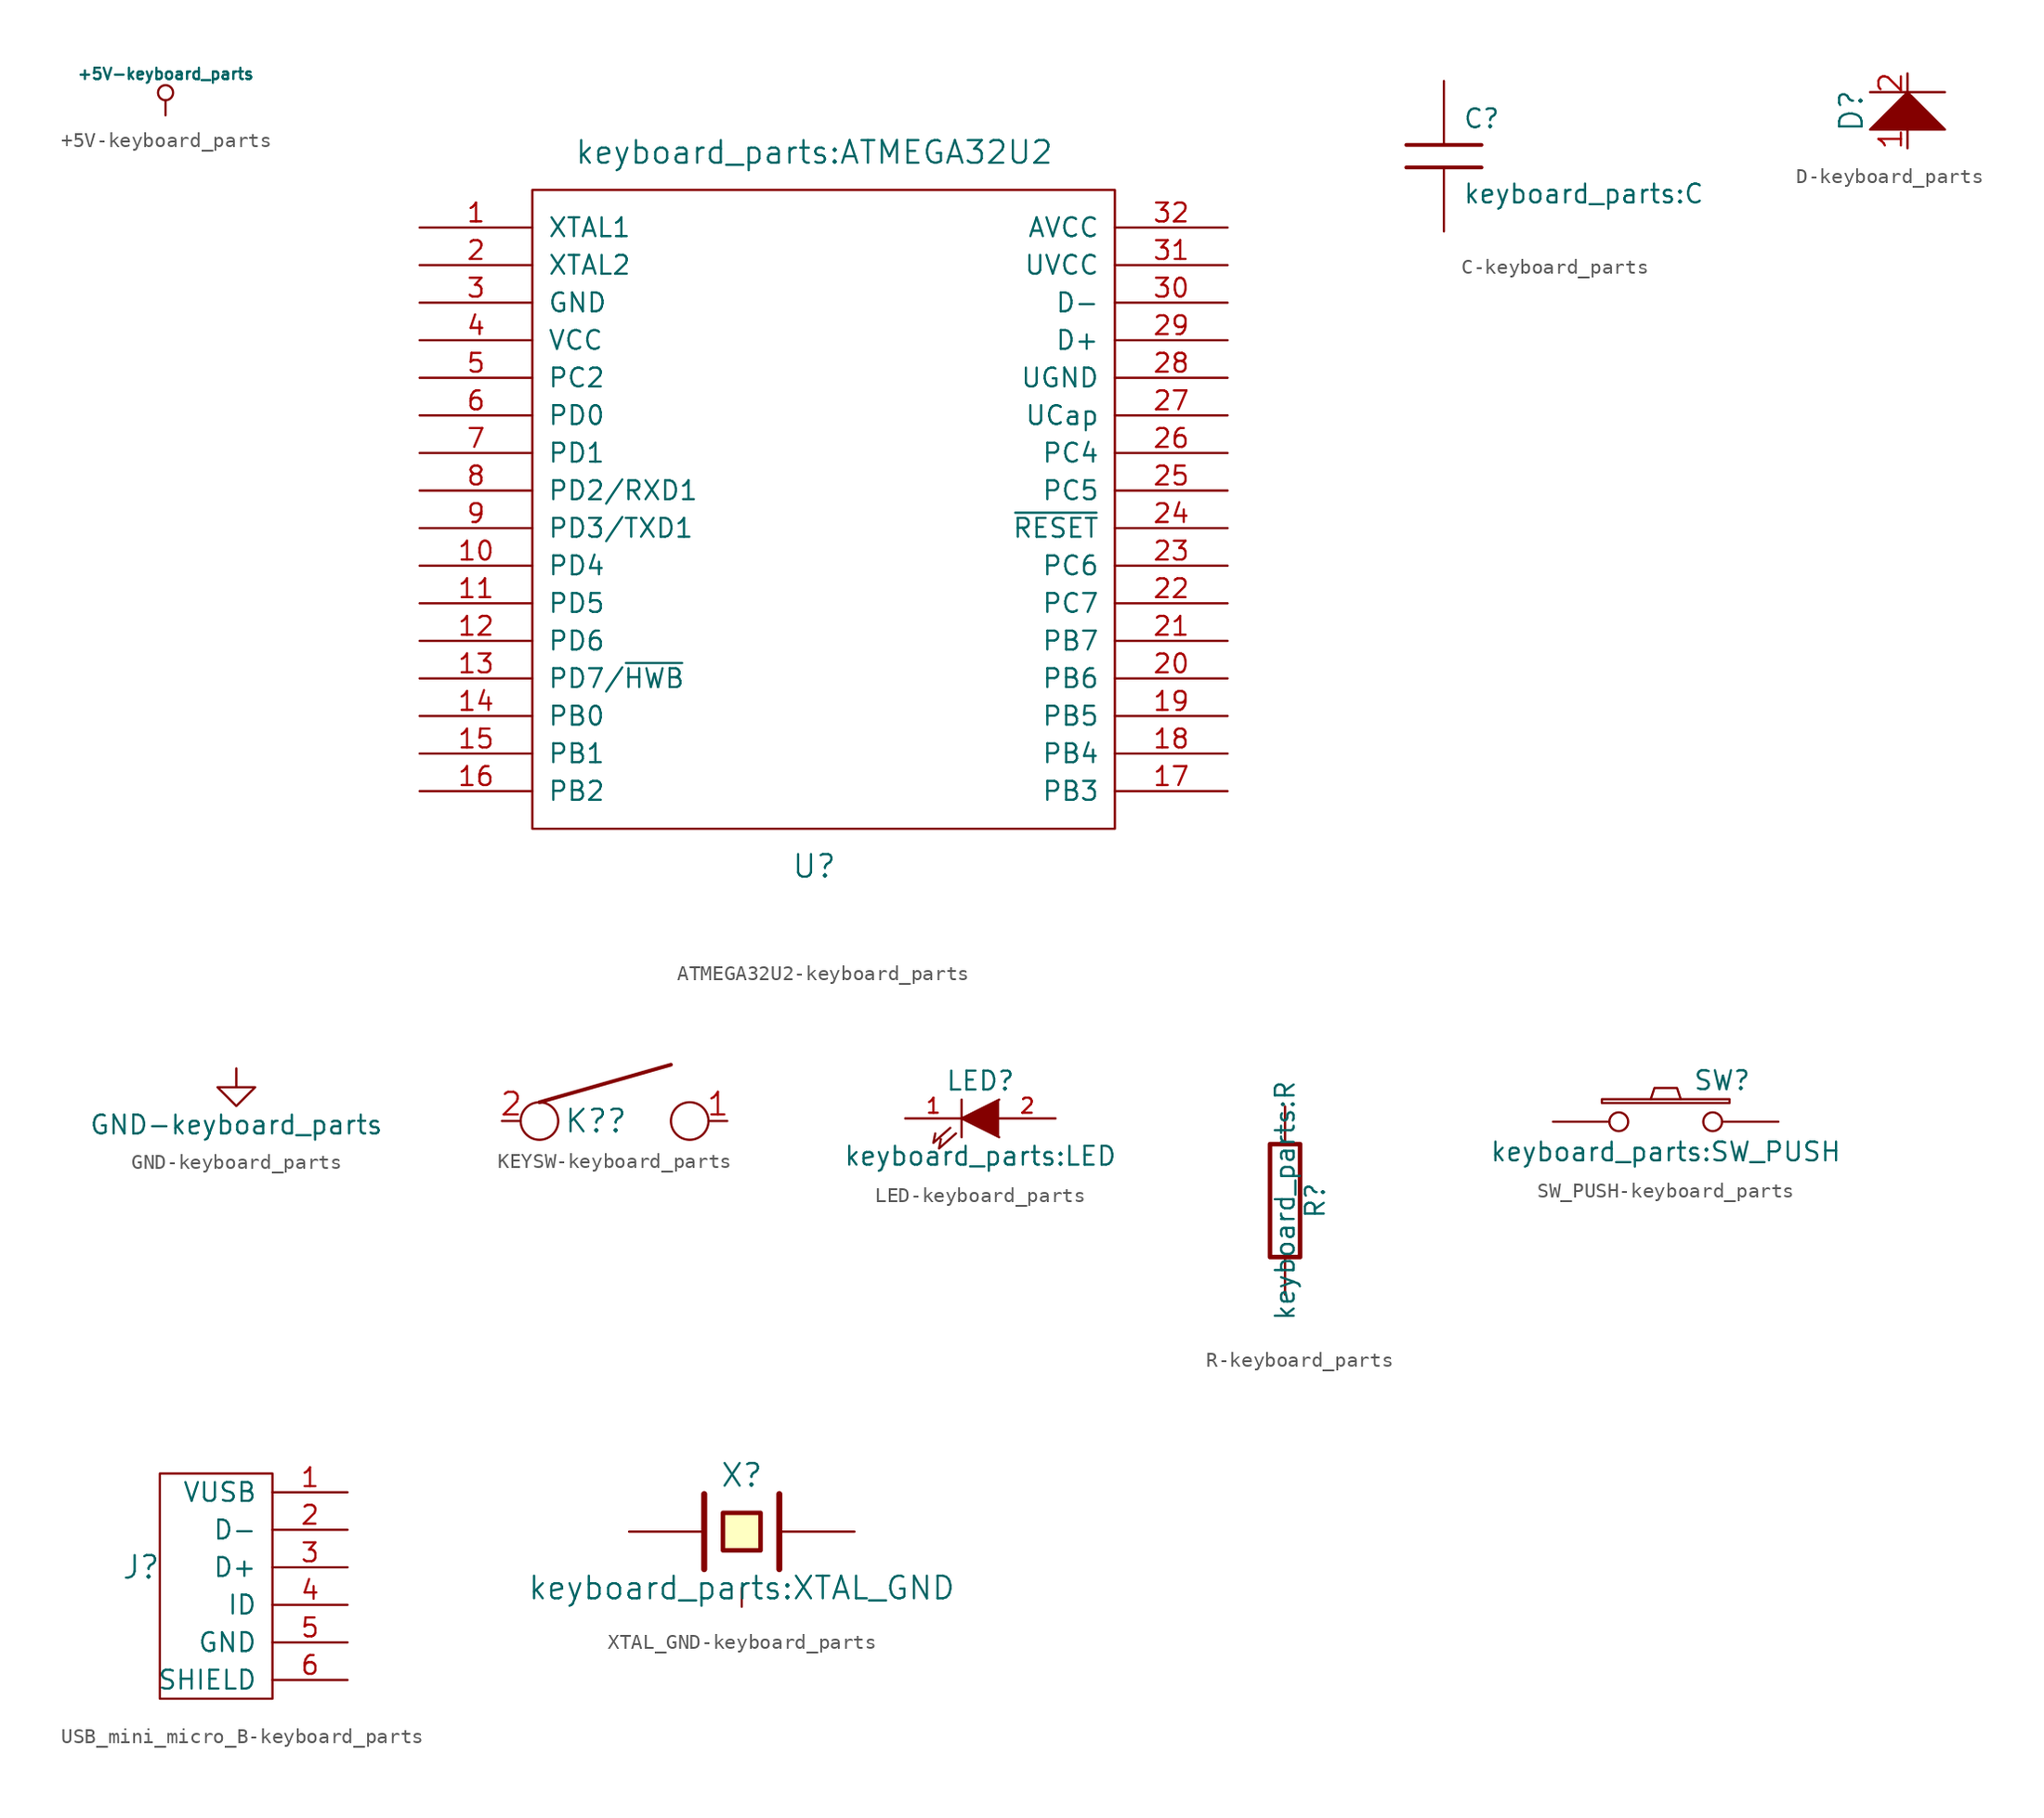
<source format=kicad_sym>
(kicad_symbol_lib
  (version 20220914)
  (generator kicad_symbol_editor)
  (symbol "+5V-keyboard_parts"
    (power)
    (pin_names
      (offset 0))
    (property "Reference" "#PWR"
      (at 0 -0.762 0)
      (effects (font (size 0.508 0.508)) hide))
    (property "Value" "+5V-keyboard_parts"
      (at 0 2.794 0)
      (effects (font (size 0.762 0.762))))
    (property "Footprint" ""
      (at 0 0 0)
      (effects (font (size 1.524 1.524))))
    (property "Datasheet" ""
      (at 0 0 0)
      (effects (font (size 1.524 1.524))))
    (symbol "+5V-keyboard_parts_0_0"
      (pin power_in line (at 0 0 90) (length 0) hide (name "+5V" (effects (font (size 0.508 0.508)))) (number "1" (effects (font (size 0.254 0.254))))))
    (symbol "+5V-keyboard_parts_0_1"
      (polyline (pts (xy 0 0) (xy 0 1.016) (xy 0 1.016)) (stroke (width 0) (type solid)) (fill (type none)))
      (circle (center 0 1.524) (radius 0.508) (stroke (width 0) (type solid)) (fill (type none)))))
  (symbol "ATMEGA32U2-keyboard_parts"
    (pin_names
      (offset 1.016))
    (property "Reference" "U"
      (at 0 -24.13 0)
      (effects (font (size 1.524 1.524))))
    (property "Value" "keyboard_parts:ATMEGA32U2"
      (at 0 24.13 0)
      (effects (font (size 1.524 1.524))))
    (property "Footprint" ""
      (at 0 -7.62 0)
      (effects (font (size 1.524 1.524))))
    (property "Datasheet" ""
      (at 0 -7.62 0)
      (effects (font (size 1.524 1.524))))
    (symbol "ATMEGA32U2-keyboard_parts_0_1"
      (rectangle (start -19.05 21.59) (end 20.32 -21.59) (stroke (width 0) (type solid)) (fill (type none))))
    (symbol "ATMEGA32U2-keyboard_parts_1_1"
      (pin input line (at -26.67 19.05 0) (length 7.62) (name "XTAL1" (effects (font (size 1.27 1.27)))) (number "1" (effects (font (size 1.27 1.27)))))
      (pin bidirectional line (at -26.67 -3.81 0) (length 7.62) (name "PD4" (effects (font (size 1.27 1.27)))) (number "10" (effects (font (size 1.27 1.27)))))
      (pin bidirectional line (at -26.67 -6.35 0) (length 7.62) (name "PD5" (effects (font (size 1.27 1.27)))) (number "11" (effects (font (size 1.27 1.27)))))
      (pin bidirectional line (at -26.67 -8.89 0) (length 7.62) (name "PD6" (effects (font (size 1.27 1.27)))) (number "12" (effects (font (size 1.27 1.27)))))
      (pin input line (at -26.67 -11.43 0) (length 7.62) (name "PD7/~{HWB}" (effects (font (size 1.27 1.27)))) (number "13" (effects (font (size 1.27 1.27)))))
      (pin bidirectional line (at -26.67 -13.97 0) (length 7.62) (name "PB0" (effects (font (size 1.27 1.27)))) (number "14" (effects (font (size 1.27 1.27)))))
      (pin bidirectional line (at -26.67 -16.51 0) (length 7.62) (name "PB1" (effects (font (size 1.27 1.27)))) (number "15" (effects (font (size 1.27 1.27)))))
      (pin bidirectional line (at -26.67 -19.05 0) (length 7.62) (name "PB2" (effects (font (size 1.27 1.27)))) (number "16" (effects (font (size 1.27 1.27)))))
      (pin bidirectional line (at 27.94 -19.05 180) (length 7.62) (name "PB3" (effects (font (size 1.27 1.27)))) (number "17" (effects (font (size 1.27 1.27)))))
      (pin bidirectional line (at 27.94 -16.51 180) (length 7.62) (name "PB4" (effects (font (size 1.27 1.27)))) (number "18" (effects (font (size 1.27 1.27)))))
      (pin bidirectional line (at 27.94 -13.97 180) (length 7.62) (name "PB5" (effects (font (size 1.27 1.27)))) (number "19" (effects (font (size 1.27 1.27)))))
      (pin output line (at -26.67 16.51 0) (length 7.62) (name "XTAL2" (effects (font (size 1.27 1.27)))) (number "2" (effects (font (size 1.27 1.27)))))
      (pin bidirectional line (at 27.94 -11.43 180) (length 7.62) (name "PB6" (effects (font (size 1.27 1.27)))) (number "20" (effects (font (size 1.27 1.27)))))
      (pin bidirectional line (at 27.94 -8.89 180) (length 7.62) (name "PB7" (effects (font (size 1.27 1.27)))) (number "21" (effects (font (size 1.27 1.27)))))
      (pin bidirectional line (at 27.94 -6.35 180) (length 7.62) (name "PC7" (effects (font (size 1.27 1.27)))) (number "22" (effects (font (size 1.27 1.27)))))
      (pin bidirectional line (at 27.94 -3.81 180) (length 7.62) (name "PC6" (effects (font (size 1.27 1.27)))) (number "23" (effects (font (size 1.27 1.27)))))
      (pin input line (at 27.94 -1.27 180) (length 7.62) (name "~{RESET}" (effects (font (size 1.27 1.27)))) (number "24" (effects (font (size 1.27 1.27)))))
      (pin bidirectional line (at 27.94 1.27 180) (length 7.62) (name "PC5" (effects (font (size 1.27 1.27)))) (number "25" (effects (font (size 1.27 1.27)))))
      (pin bidirectional line (at 27.94 3.81 180) (length 7.62) (name "PC4" (effects (font (size 1.27 1.27)))) (number "26" (effects (font (size 1.27 1.27)))))
      (pin input line (at 27.94 6.35 180) (length 7.62) (name "UCap" (effects (font (size 1.27 1.27)))) (number "27" (effects (font (size 1.27 1.27)))))
      (pin power_in line (at 27.94 8.89 180) (length 7.62) (name "UGND" (effects (font (size 1.27 1.27)))) (number "28" (effects (font (size 1.27 1.27)))))
      (pin bidirectional line (at 27.94 11.43 180) (length 7.62) (name "D+" (effects (font (size 1.27 1.27)))) (number "29" (effects (font (size 1.27 1.27)))))
      (pin power_in line (at -26.67 13.97 0) (length 7.62) (name "GND" (effects (font (size 1.27 1.27)))) (number "3" (effects (font (size 1.27 1.27)))))
      (pin bidirectional line (at 27.94 13.97 180) (length 7.62) (name "D-" (effects (font (size 1.27 1.27)))) (number "30" (effects (font (size 1.27 1.27)))))
      (pin power_in line (at 27.94 16.51 180) (length 7.62) (name "UVCC" (effects (font (size 1.27 1.27)))) (number "31" (effects (font (size 1.27 1.27)))))
      (pin power_in line (at 27.94 19.05 180) (length 7.62) (name "AVCC" (effects (font (size 1.27 1.27)))) (number "32" (effects (font (size 1.27 1.27)))))
      (pin power_in line (at -26.67 11.43 0) (length 7.62) (name "VCC" (effects (font (size 1.27 1.27)))) (number "4" (effects (font (size 1.27 1.27)))))
      (pin bidirectional line (at -26.67 8.89 0) (length 7.62) (name "PC2" (effects (font (size 1.27 1.27)))) (number "5" (effects (font (size 1.27 1.27)))))
      (pin bidirectional line (at -26.67 6.35 0) (length 7.62) (name "PD0" (effects (font (size 1.27 1.27)))) (number "6" (effects (font (size 1.27 1.27)))))
      (pin bidirectional line (at -26.67 3.81 0) (length 7.62) (name "PD1" (effects (font (size 1.27 1.27)))) (number "7" (effects (font (size 1.27 1.27)))))
      (pin bidirectional line (at -26.67 1.27 0) (length 7.62) (name "PD2/RXD1" (effects (font (size 1.27 1.27)))) (number "8" (effects (font (size 1.27 1.27)))))
      (pin bidirectional line (at -26.67 -1.27 0) (length 7.62) (name "PD3/TXD1" (effects (font (size 1.27 1.27)))) (number "9" (effects (font (size 1.27 1.27)))))))
  (symbol "C-keyboard_parts"
    (pin_numbers hide)
    (pin_names
      (offset 0.254))
    (property "Reference" "C"
      (at 1.27 2.54 0)
      (effects (font (size 1.27 1.27)) (justify left)))
    (property "Value" "keyboard_parts:C"
      (at 1.27 -2.54 0)
      (effects (font (size 1.27 1.27)) (justify left)))
    (property "Footprint" ""
      (at 0 0 0)
      (effects (font (size 1.524 1.524))))
    (property "Datasheet" ""
      (at 0 0 0)
      (effects (font (size 1.524 1.524))))
    (symbol "C-keyboard_parts_0_1"
      (polyline (pts (xy -2.54 -0.762) (xy 2.54 -0.762)) (stroke (width 0.254) (type solid)) (fill (type none)))
      (polyline (pts (xy -2.54 0.762) (xy 2.54 0.762)) (stroke (width 0.254) (type solid)) (fill (type none))))
    (symbol "C-keyboard_parts_1_1"
      (pin passive line (at 0 5.08 270) (length 4.318) (name "~" (effects (font (size 1.016 1.016)))) (number "1" (effects (font (size 1.016 1.016)))))
      (pin passive line (at 0 -5.08 90) (length 4.318) (name "~" (effects (font (size 1.016 1.016)))) (number "2" (effects (font (size 1.016 1.016)))))))
  (symbol "D-keyboard_parts"
    (pin_names
      (offset 1.016))
    (property "Reference" "D"
      (at -3.81 -1.27 90)
      (effects (font (size 1.524 1.524))))
    (property "Footprint" ""
      (at 0 0 0)
      (effects (font (size 1.524 1.524))))
    (property "Datasheet" ""
      (at 0 0 0)
      (effects (font (size 1.524 1.524))))
    (symbol "D-keyboard_parts_0_1"
      (polyline (pts (xy -2.54 0) (xy 2.54 0)) (stroke (width 0) (type solid)) (fill (type none)))
      (polyline (pts (xy 0 0) (xy -2.54 -2.54) (xy 2.54 -2.54) (xy 0 0)) (stroke (width 0) (type solid)) (fill (type outline))))
    (symbol "D-keyboard_parts_1_1"
      (pin passive line (at 0 -3.81 90) (length 1.27) (name "~" (effects (font (size 1.524 1.524)))) (number "1" (effects (font (size 1.524 1.524)))))
      (pin passive line (at 0 1.27 270) (length 1.27) (name "~" (effects (font (size 1.524 1.524)))) (number "2" (effects (font (size 1.524 1.524)))))))
  (symbol "GND-keyboard_parts"
    (power)
    (pin_names
      (offset 0))
    (property "Reference" "#PWR"
      (at 0 -6.35 0)
      (effects (font (size 1.27 1.27)) hide))
    (property "Value" "GND-keyboard_parts"
      (at 0 -3.81 0)
      (effects (font (size 1.27 1.27))))
    (symbol "GND-keyboard_parts_0_1"
      (polyline (pts (xy 0 0) (xy 0 -1.27) (xy 1.27 -1.27) (xy 0 -2.54) (xy -1.27 -1.27) (xy 0 -1.27)) (stroke (width 0) (type solid)) (fill (type none))))
    (symbol "GND-keyboard_parts_1_1"
      (pin power_in line (at 0 0 270) (length 0) hide (name "GND" (effects (font (size 1.27 1.27)))) (number "1" (effects (font (size 1.27 1.27)))))))
  (symbol "KEYSW-keyboard_parts"
    (pin_names
      (offset 1.016))
    (property "Reference" "K?"
      (at -1.27 0 0)
      (effects (font (size 1.524 1.524))))
    (property "Footprint" ""
      (at 0 0 0)
      (effects (font (size 1.524 1.524))))
    (property "Datasheet" ""
      (at 0 0 0)
      (effects (font (size 1.524 1.524))))
    (symbol "KEYSW-keyboard_parts_0_1"
      (circle (center -5.08 0) (radius 1.27) (stroke (width 0) (type solid)) (fill (type none)))
      (polyline (pts (xy -5.08 1.27) (xy 3.81 3.81)) (stroke (width 0.254) (type solid)) (fill (type none)))
      (circle (center 5.08 0) (radius 1.27) (stroke (width 0) (type solid)) (fill (type none))))
    (symbol "KEYSW-keyboard_parts_1_1"
      (pin passive line (at 7.62 0 180) (length 1.27) (name "~" (effects (font (size 1.524 1.524)))) (number "1" (effects (font (size 1.524 1.524)))))
      (pin passive line (at -7.62 0 0) (length 1.27) (name "~" (effects (font (size 1.524 1.524)))) (number "2" (effects (font (size 1.524 1.524)))))))
  (symbol "LED-keyboard_parts"
    (pin_names
      (offset 1.016) hide)
    (property "Reference" "LED"
      (at 0 2.54 0)
      (effects (font (size 1.27 1.27))))
    (property "Value" "keyboard_parts:LED"
      (at 0 -2.54 0)
      (effects (font (size 1.27 1.27))))
    (property "Footprint" ""
      (at 0 0 0)
      (effects (font (size 1.524 1.524))))
    (property "Datasheet" ""
      (at 0 0 0)
      (effects (font (size 1.524 1.524))))
    (symbol "LED-keyboard_parts_0_1"
      (polyline (pts (xy -1.27 1.27) (xy -1.27 -1.27)) (stroke (width 0) (type solid)) (fill (type none)))
      (polyline (pts (xy -2.032 -0.635) (xy -3.175 -1.651) (xy -3.048 -1.016)) (stroke (width 0) (type solid)) (fill (type none)))
      (polyline (pts (xy -1.651 -1.016) (xy -2.794 -2.032) (xy -2.667 -1.397)) (stroke (width 0) (type solid)) (fill (type none)))
      (polyline (pts (xy 1.27 1.27) (xy -1.27 0) (xy 1.27 -1.27)) (stroke (width 0) (type solid)) (fill (type outline))))
    (symbol "LED-keyboard_parts_1_1"
      (pin passive line (at -5.08 0 0) (length 3.81) (name "K" (effects (font (size 1.016 1.016)))) (number "1" (effects (font (size 1.016 1.016)))))
      (pin passive line (at 5.08 0 180) (length 3.81) (name "A" (effects (font (size 1.016 1.016)))) (number "2" (effects (font (size 1.016 1.016)))))))
  (symbol "R-keyboard_parts"
    (pin_numbers hide)
    (pin_names
      (offset 0))
    (property "Reference" "R"
      (at 2.032 0 90)
      (effects (font (size 1.27 1.27))))
    (property "Value" "keyboard_parts:R"
      (at 0 0 90)
      (effects (font (size 1.27 1.27))))
    (property "Footprint" ""
      (at 0 0 0)
      (effects (font (size 1.524 1.524))))
    (property "Datasheet" ""
      (at 0 0 0)
      (effects (font (size 1.524 1.524))))
    (symbol "R-keyboard_parts_0_1"
      (rectangle (start -1.016 3.81) (end 1.016 -3.81) (stroke (width 0.305) (type solid)) (fill (type none))))
    (symbol "R-keyboard_parts_1_1"
      (pin passive line (at 0 6.35 270) (length 2.54) (name "~" (effects (font (size 1.524 1.524)))) (number "1" (effects (font (size 1.524 1.524)))))
      (pin passive line (at 0 -6.35 90) (length 2.54) (name "~" (effects (font (size 1.524 1.524)))) (number "2" (effects (font (size 1.524 1.524)))))))
  (symbol "SW_PUSH-keyboard_parts"
    (pin_numbers hide)
    (pin_names
      (offset 1.016) hide)
    (property "Reference" "SW"
      (at 3.81 2.794 0)
      (effects (font (size 1.27 1.27))))
    (property "Value" "keyboard_parts:SW_PUSH"
      (at 0 -2.032 0)
      (effects (font (size 1.27 1.27))))
    (property "Footprint" ""
      (at 0 0 0)
      (effects (font (size 1.524 1.524))))
    (property "Datasheet" ""
      (at 0 0 0)
      (effects (font (size 1.524 1.524))))
    (symbol "SW_PUSH-keyboard_parts_0_1"
      (rectangle (start -4.318 1.27) (end 4.318 1.524) (stroke (width 0) (type solid)) (fill (type none)))
      (polyline (pts (xy -1.016 1.524) (xy -0.762 2.286) (xy 0.762 2.286) (xy 1.016 1.524)) (stroke (width 0) (type solid)) (fill (type none)))
      (pin passive inverted (at -7.62 0 0) (length 5.08) (name "1" (effects (font (size 1.524 1.524)))) (number "1" (effects (font (size 1.524 1.524)))))
      (pin passive inverted (at 7.62 0 180) (length 5.08) (name "2" (effects (font (size 1.524 1.524)))) (number "2" (effects (font (size 1.524 1.524)))))))
  (symbol "USB_mini_micro_B-keyboard_parts"
    (pin_names
      (offset 1.016))
    (property "Reference" "J"
      (at -10.16 -1.27 0)
      (effects (font (size 1.524 1.524))))
    (property "Footprint" ""
      (at -1.27 0 0)
      (effects (font (size 1.524 1.524))))
    (property "Datasheet" ""
      (at -1.27 0 0)
      (effects (font (size 1.524 1.524))))
    (symbol "USB_mini_micro_B-keyboard_parts_0_1"
      (rectangle (start -8.89 5.08) (end -1.27 -10.16) (stroke (width 0) (type solid)) (fill (type none))))
    (symbol "USB_mini_micro_B-keyboard_parts_1_1"
      (pin power_out line (at 3.81 3.81 180) (length 5.08) (name "VUSB" (effects (font (size 1.27 1.27)))) (number "1" (effects (font (size 1.27 1.27)))))
      (pin bidirectional line (at 3.81 1.27 180) (length 5.08) (name "D-" (effects (font (size 1.27 1.27)))) (number "2" (effects (font (size 1.27 1.27)))))
      (pin bidirectional line (at 3.81 -1.27 180) (length 5.08) (name "D+" (effects (font (size 1.27 1.27)))) (number "3" (effects (font (size 1.27 1.27)))))
      (pin input line (at 3.81 -3.81 180) (length 5.08) (name "ID" (effects (font (size 1.27 1.27)))) (number "4" (effects (font (size 1.27 1.27)))))
      (pin power_out line (at 3.81 -6.35 180) (length 5.08) (name "GND" (effects (font (size 1.27 1.27)))) (number "5" (effects (font (size 1.27 1.27)))))
      (pin input line (at 3.81 -8.89 180) (length 5.08) (name "SHIELD" (effects (font (size 1.27 1.27)))) (number "6" (effects (font (size 1.27 1.27)))))))
  (symbol "XTAL_GND-keyboard_parts"
    (pin_numbers hide)
    (pin_names
      (offset 1.016) hide)
    (property "Reference" "X"
      (at 0 3.81 0)
      (effects (font (size 1.524 1.524))))
    (property "Value" "keyboard_parts:XTAL_GND"
      (at 0 -3.81 0)
      (effects (font (size 1.524 1.524))))
    (property "Footprint" ""
      (at 0 0 0)
      (effects (font (size 1.524 1.524))))
    (property "Datasheet" ""
      (at 0 0 0)
      (effects (font (size 1.524 1.524))))
    (symbol "XTAL_GND-keyboard_parts_0_1"
      (polyline (pts (xy -2.54 2.54) (xy -2.54 -2.54)) (stroke (width 0.406) (type solid)) (fill (type none)))
      (polyline (pts (xy 2.54 2.54) (xy 2.54 -2.54)) (stroke (width 0.406) (type solid)) (fill (type none)))
      (polyline (pts (xy -1.27 1.27) (xy 1.27 1.27) (xy 1.27 -1.27) (xy -1.27 -1.27) (xy -1.27 1.27)) (stroke (width 0.305) (type solid)) (fill (type background))))
    (symbol "XTAL_GND-keyboard_parts_1_1"
      (pin passive line (at -7.62 0 0) (length 5.08) (name "1" (effects (font (size 1.016 1.016)))) (number "1" (effects (font (size 1.016 1.016)))))
      (pin passive line (at 7.62 0 180) (length 5.08) (name "2" (effects (font (size 1.016 1.016)))) (number "2" (effects (font (size 1.016 1.016)))))
      (pin passive line (at 0 -5.08 90) (length 1.27) (name "~" (effects (font (size 1.27 1.27)))) (number "3" (effects (font (size 1.27 1.27))))))))
</source>
